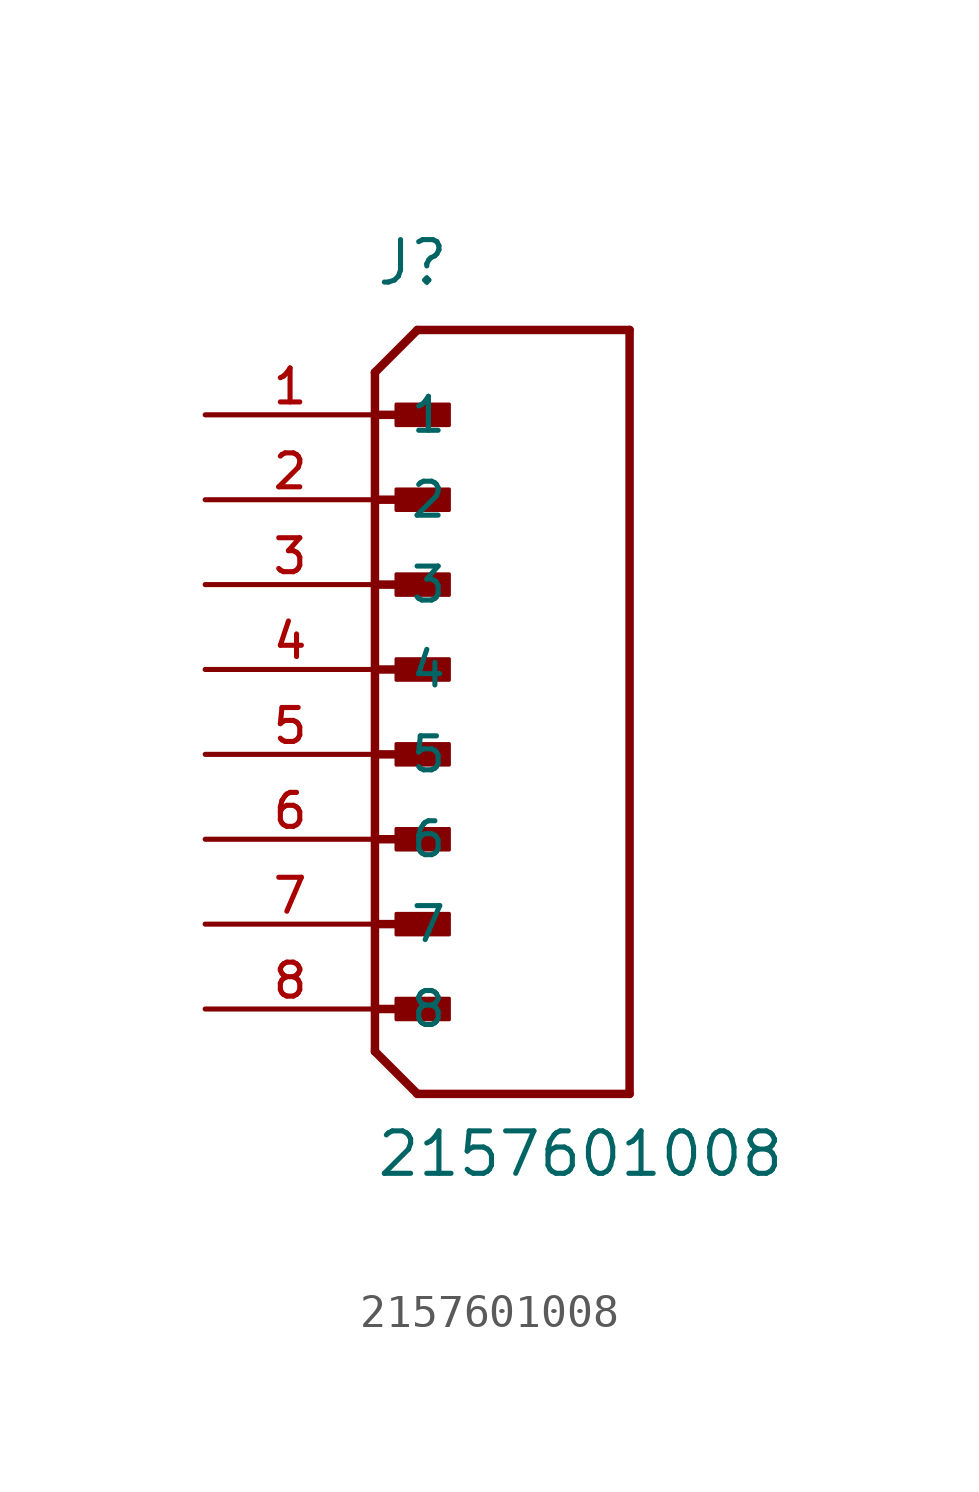
<source format=kicad_sym>
(kicad_symbol_lib
  (version 20211014)
  (generator kicad_symbol_editor)
  (symbol "2157601008"
    (pin_names
      (offset 1.016))
    (property "Reference" "J"
      (at 0.0 11.43 0)
      (effects (font (size 1.27 1.27)) (justify bottom left)))
    (property "Value" "2157601008"
      (at 0.0 -15.24 0)
      (effects (font (size 1.27 1.27)) (justify bottom left)))
    (symbol "2157601008_0_0"
      (polyline (pts (xy 0.0 8.89) (xy 1.27 10.16)) (stroke (width 0.254)))
      (polyline (pts (xy 0.0 8.89) (xy 0.0 7.62)) (stroke (width 0.254)))
      (polyline (pts (xy 0.0 7.62) (xy 0.0 -11.43)) (stroke (width 0.254)))
      (polyline (pts (xy 0.0 -11.43) (xy 1.27 -12.7)) (stroke (width 0.254)))
      (polyline (pts (xy 1.27 -12.7) (xy 7.62 -12.7)) (stroke (width 0.254)))
      (polyline (pts (xy 7.62 -12.7) (xy 7.62 10.16)) (stroke (width 0.254)))
      (polyline (pts (xy 7.62 10.16) (xy 1.27 10.16)) (stroke (width 0.254)))
      (polyline (pts (xy 0.0 7.62) (xy 1.905 7.62)) (stroke (width 0.254)))
      (rectangle (start 0.635 7.303) (end 2.223 7.938) (stroke (width 0.1)) (fill (type outline)))
      (polyline (pts (xy 0.0 5.08) (xy 1.905 5.08)) (stroke (width 0.254)))
      (rectangle (start 0.635 4.763) (end 2.223 5.397) (stroke (width 0.1)) (fill (type outline)))
      (polyline (pts (xy 0.0 2.54) (xy 1.905 2.54)) (stroke (width 0.254)))
      (rectangle (start 0.635 2.223) (end 2.223 2.857) (stroke (width 0.1)) (fill (type outline)))
      (polyline (pts (xy 0.0 0.0) (xy 1.905 0.0)) (stroke (width 0.254)))
      (rectangle (start 0.635 -0.318) (end 2.223 0.318) (stroke (width 0.1)) (fill (type outline)))
      (polyline (pts (xy 0.0 -2.54) (xy 1.905 -2.54)) (stroke (width 0.254)))
      (rectangle (start 0.635 -2.857) (end 2.223 -2.223) (stroke (width 0.1)) (fill (type outline)))
      (polyline (pts (xy 0.0 -5.08) (xy 1.905 -5.08)) (stroke (width 0.254)))
      (rectangle (start 0.635 -5.397) (end 2.223 -4.763) (stroke (width 0.1)) (fill (type outline)))
      (polyline (pts (xy 0.0 -7.62) (xy 1.905 -7.62)) (stroke (width 0.254)))
      (rectangle (start 0.635 -7.938) (end 2.223 -7.303) (stroke (width 0.1)) (fill (type outline)))
      (polyline (pts (xy 0.0 -10.16) (xy 1.905 -10.16)) (stroke (width 0.254)))
      (rectangle (start 0.635 -10.477) (end 2.223 -9.842) (stroke (width 0.1)) (fill (type outline)))
      (pin passive line (at -5.08 7.62 0) (length 5.08) (name "1" (effects (font (size 1.016 1.016)))) (number "1" (effects (font (size 1.016 1.016)))))
      (pin passive line (at -5.08 5.08 0) (length 5.08) (name "2" (effects (font (size 1.016 1.016)))) (number "2" (effects (font (size 1.016 1.016)))))
      (pin passive line (at -5.08 2.54 0) (length 5.08) (name "3" (effects (font (size 1.016 1.016)))) (number "3" (effects (font (size 1.016 1.016)))))
      (pin passive line (at -5.08 0.0 0) (length 5.08) (name "4" (effects (font (size 1.016 1.016)))) (number "4" (effects (font (size 1.016 1.016)))))
      (pin passive line (at -5.08 -2.54 0) (length 5.08) (name "5" (effects (font (size 1.016 1.016)))) (number "5" (effects (font (size 1.016 1.016)))))
      (pin passive line (at -5.08 -5.08 0) (length 5.08) (name "6" (effects (font (size 1.016 1.016)))) (number "6" (effects (font (size 1.016 1.016)))))
      (pin passive line (at -5.08 -7.62 0) (length 5.08) (name "7" (effects (font (size 1.016 1.016)))) (number "7" (effects (font (size 1.016 1.016)))))
      (pin passive line (at -5.08 -10.16 0) (length 5.08) (name "8" (effects (font (size 1.016 1.016)))) (number "8" (effects (font (size 1.016 1.016))))))))
</source>
